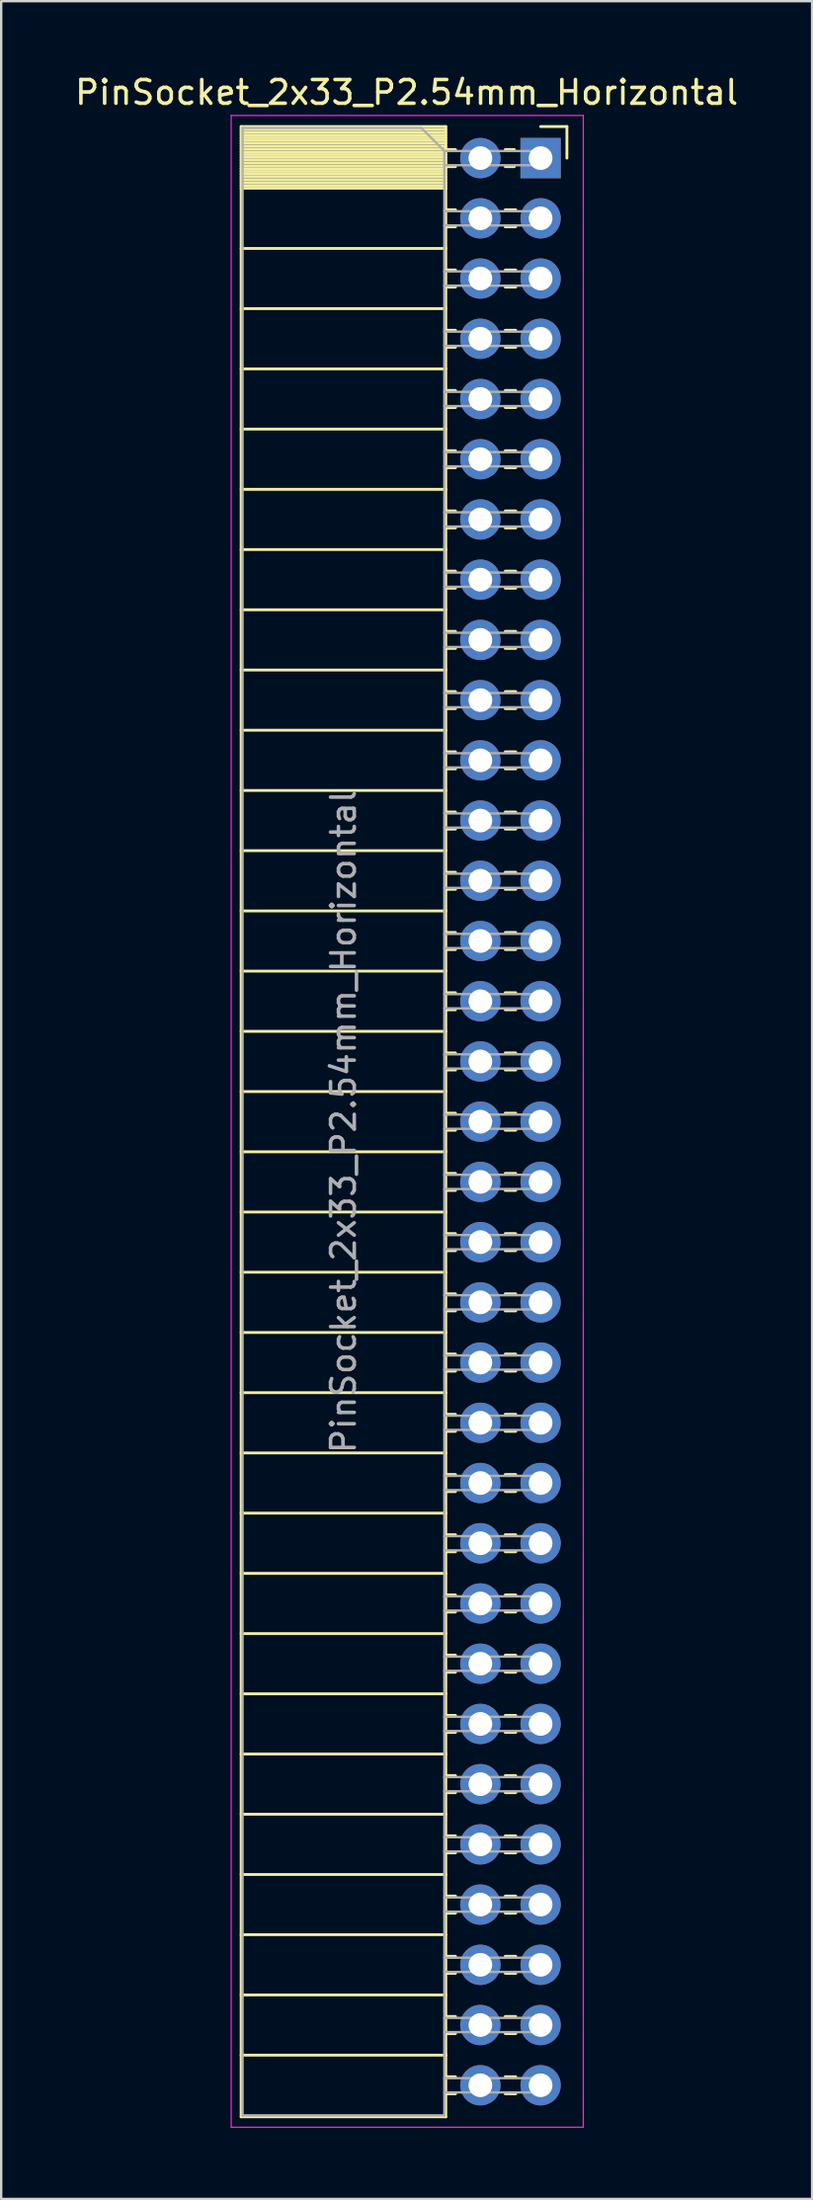
<source format=kicad_pcb>
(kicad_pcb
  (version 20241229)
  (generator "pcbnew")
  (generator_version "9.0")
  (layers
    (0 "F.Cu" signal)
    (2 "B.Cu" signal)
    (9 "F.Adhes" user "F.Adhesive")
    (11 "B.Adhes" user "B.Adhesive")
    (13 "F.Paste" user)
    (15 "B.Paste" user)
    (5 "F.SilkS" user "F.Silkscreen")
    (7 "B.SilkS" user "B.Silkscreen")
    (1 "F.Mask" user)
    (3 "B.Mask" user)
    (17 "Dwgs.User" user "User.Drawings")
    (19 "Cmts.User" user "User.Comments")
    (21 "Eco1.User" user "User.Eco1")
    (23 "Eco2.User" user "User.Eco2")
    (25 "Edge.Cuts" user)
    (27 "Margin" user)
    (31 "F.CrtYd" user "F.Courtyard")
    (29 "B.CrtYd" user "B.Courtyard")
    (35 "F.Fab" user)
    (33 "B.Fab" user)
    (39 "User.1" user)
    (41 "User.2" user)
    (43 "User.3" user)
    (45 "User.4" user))
  (footprint "PinSocket_2x33_P2.54mm_Horizontal"
    (layer "F.Cu")
    (at 19.751 3.618)
    (property "Reference" "PinSocket_2x33_P2.54mm_Horizontal" (at -5.65 -2.77 0) (layer "F.SilkS") (effects (font (size 1 1) (thickness 0.15))))
    (attr through_hole)
    (fp_line (start -12.63 -1.33) (end -12.63 82.61) (stroke (width 0.12) (type solid)) (layer "F.SilkS"))
    (fp_line (start -12.63 -1.33) (end -4 -1.33) (stroke (width 0.12) (type solid)) (layer "F.SilkS"))
    (fp_line (start -12.63 -1.21) (end -4 -1.21) (stroke (width 0.12) (type solid)) (layer "F.SilkS"))
    (fp_line (start -12.63 -1.092) (end -4 -1.092) (stroke (width 0.12) (type solid)) (layer "F.SilkS"))
    (fp_line (start -12.63 -0.974) (end -4 -0.974) (stroke (width 0.12) (type solid)) (layer "F.SilkS"))
    (fp_line (start -12.63 -0.856) (end -4 -0.856) (stroke (width 0.12) (type solid)) (layer "F.SilkS"))
    (fp_line (start -12.63 -0.738) (end -4 -0.738) (stroke (width 0.12) (type solid)) (layer "F.SilkS"))
    (fp_line (start -12.63 -0.62) (end -4 -0.62) (stroke (width 0.12) (type solid)) (layer "F.SilkS"))
    (fp_line (start -12.63 -0.501) (end -4 -0.501) (stroke (width 0.12) (type solid)) (layer "F.SilkS"))
    (fp_line (start -12.63 -0.383) (end -4 -0.383) (stroke (width 0.12) (type solid)) (layer "F.SilkS"))
    (fp_line (start -12.63 -0.265) (end -4 -0.265) (stroke (width 0.12) (type solid)) (layer "F.SilkS"))
    (fp_line (start -12.63 -0.147) (end -4 -0.147) (stroke (width 0.12) (type solid)) (layer "F.SilkS"))
    (fp_line (start -12.63 -0.029) (end -4 -0.029) (stroke (width 0.12) (type solid)) (layer "F.SilkS"))
    (fp_line (start -12.63 0.089) (end -4 0.089) (stroke (width 0.12) (type solid)) (layer "F.SilkS"))
    (fp_line (start -12.63 0.207) (end -4 0.207) (stroke (width 0.12) (type solid)) (layer "F.SilkS"))
    (fp_line (start -12.63 0.325) (end -4 0.325) (stroke (width 0.12) (type solid)) (layer "F.SilkS"))
    (fp_line (start -12.63 0.443) (end -4 0.443) (stroke (width 0.12) (type solid)) (layer "F.SilkS"))
    (fp_line (start -12.63 0.561) (end -4 0.561) (stroke (width 0.12) (type solid)) (layer "F.SilkS"))
    (fp_line (start -12.63 0.68) (end -4 0.68) (stroke (width 0.12) (type solid)) (layer "F.SilkS"))
    (fp_line (start -12.63 0.798) (end -4 0.798) (stroke (width 0.12) (type solid)) (layer "F.SilkS"))
    (fp_line (start -12.63 0.916) (end -4 0.916) (stroke (width 0.12) (type solid)) (layer "F.SilkS"))
    (fp_line (start -12.63 1.034) (end -4 1.034) (stroke (width 0.12) (type solid)) (layer "F.SilkS"))
    (fp_line (start -12.63 1.152) (end -4 1.152) (stroke (width 0.12) (type solid)) (layer "F.SilkS"))
    (fp_line (start -12.63 1.27) (end -4 1.27) (stroke (width 0.12) (type solid)) (layer "F.SilkS"))
    (fp_line (start -12.63 3.81) (end -4 3.81) (stroke (width 0.12) (type solid)) (layer "F.SilkS"))
    (fp_line (start -12.63 6.35) (end -4 6.35) (stroke (width 0.12) (type solid)) (layer "F.SilkS"))
    (fp_line (start -12.63 8.89) (end -4 8.89) (stroke (width 0.12) (type solid)) (layer "F.SilkS"))
    (fp_line (start -12.63 11.43) (end -4 11.43) (stroke (width 0.12) (type solid)) (layer "F.SilkS"))
    (fp_line (start -12.63 13.97) (end -4 13.97) (stroke (width 0.12) (type solid)) (layer "F.SilkS"))
    (fp_line (start -12.63 16.51) (end -4 16.51) (stroke (width 0.12) (type solid)) (layer "F.SilkS"))
    (fp_line (start -12.63 19.05) (end -4 19.05) (stroke (width 0.12) (type solid)) (layer "F.SilkS"))
    (fp_line (start -12.63 21.59) (end -4 21.59) (stroke (width 0.12) (type solid)) (layer "F.SilkS"))
    (fp_line (start -12.63 24.13) (end -4 24.13) (stroke (width 0.12) (type solid)) (layer "F.SilkS"))
    (fp_line (start -12.63 26.67) (end -4 26.67) (stroke (width 0.12) (type solid)) (layer "F.SilkS"))
    (fp_line (start -12.63 29.21) (end -4 29.21) (stroke (width 0.12) (type solid)) (layer "F.SilkS"))
    (fp_line (start -12.63 31.75) (end -4 31.75) (stroke (width 0.12) (type solid)) (layer "F.SilkS"))
    (fp_line (start -12.63 34.29) (end -4 34.29) (stroke (width 0.12) (type solid)) (layer "F.SilkS"))
    (fp_line (start -12.63 36.83) (end -4 36.83) (stroke (width 0.12) (type solid)) (layer "F.SilkS"))
    (fp_line (start -12.63 39.37) (end -4 39.37) (stroke (width 0.12) (type solid)) (layer "F.SilkS"))
    (fp_line (start -12.63 41.91) (end -4 41.91) (stroke (width 0.12) (type solid)) (layer "F.SilkS"))
    (fp_line (start -12.63 44.45) (end -4 44.45) (stroke (width 0.12) (type solid)) (layer "F.SilkS"))
    (fp_line (start -12.63 46.99) (end -4 46.99) (stroke (width 0.12) (type solid)) (layer "F.SilkS"))
    (fp_line (start -12.63 49.53) (end -4 49.53) (stroke (width 0.12) (type solid)) (layer "F.SilkS"))
    (fp_line (start -12.63 52.07) (end -4 52.07) (stroke (width 0.12) (type solid)) (layer "F.SilkS"))
    (fp_line (start -12.63 54.61) (end -4 54.61) (stroke (width 0.12) (type solid)) (layer "F.SilkS"))
    (fp_line (start -12.63 57.15) (end -4 57.15) (stroke (width 0.12) (type solid)) (layer "F.SilkS"))
    (fp_line (start -12.63 59.69) (end -4 59.69) (stroke (width 0.12) (type solid)) (layer "F.SilkS"))
    (fp_line (start -12.63 62.23) (end -4 62.23) (stroke (width 0.12) (type solid)) (layer "F.SilkS"))
    (fp_line (start -12.63 64.77) (end -4 64.77) (stroke (width 0.12) (type solid)) (layer "F.SilkS"))
    (fp_line (start -12.63 67.31) (end -4 67.31) (stroke (width 0.12) (type solid)) (layer "F.SilkS"))
    (fp_line (start -12.63 69.85) (end -4 69.85) (stroke (width 0.12) (type solid)) (layer "F.SilkS"))
    (fp_line (start -12.63 72.39) (end -4 72.39) (stroke (width 0.12) (type solid)) (layer "F.SilkS"))
    (fp_line (start -12.63 74.93) (end -4 74.93) (stroke (width 0.12) (type solid)) (layer "F.SilkS"))
    (fp_line (start -12.63 77.47) (end -4 77.47) (stroke (width 0.12) (type solid)) (layer "F.SilkS"))
    (fp_line (start -12.63 80.01) (end -4 80.01) (stroke (width 0.12) (type solid)) (layer "F.SilkS"))
    (fp_line (start -12.63 82.61) (end -4 82.61) (stroke (width 0.12) (type solid)) (layer "F.SilkS"))
    (fp_line (start -4 -1.33) (end -4 82.61) (stroke (width 0.12) (type solid)) (layer "F.SilkS"))
    (fp_line (start -4 -0.36) (end -3.59 -0.36) (stroke (width 0.12) (type solid)) (layer "F.SilkS"))
    (fp_line (start -4 0.36) (end -3.59 0.36) (stroke (width 0.12) (type solid)) (layer "F.SilkS"))
    (fp_line (start -4 2.18) (end -3.59 2.18) (stroke (width 0.12) (type solid)) (layer "F.SilkS"))
    (fp_line (start -4 2.9) (end -3.59 2.9) (stroke (width 0.12) (type solid)) (layer "F.SilkS"))
    (fp_line (start -4 4.72) (end -3.59 4.72) (stroke (width 0.12) (type solid)) (layer "F.SilkS"))
    (fp_line (start -4 5.44) (end -3.59 5.44) (stroke (width 0.12) (type solid)) (layer "F.SilkS"))
    (fp_line (start -4 7.26) (end -3.59 7.26) (stroke (width 0.12) (type solid)) (layer "F.SilkS"))
    (fp_line (start -4 7.98) (end -3.59 7.98) (stroke (width 0.12) (type solid)) (layer "F.SilkS"))
    (fp_line (start -4 9.8) (end -3.59 9.8) (stroke (width 0.12) (type solid)) (layer "F.SilkS"))
    (fp_line (start -4 10.52) (end -3.59 10.52) (stroke (width 0.12) (type solid)) (layer "F.SilkS"))
    (fp_line (start -4 12.34) (end -3.59 12.34) (stroke (width 0.12) (type solid)) (layer "F.SilkS"))
    (fp_line (start -4 13.06) (end -3.59 13.06) (stroke (width 0.12) (type solid)) (layer "F.SilkS"))
    (fp_line (start -4 14.88) (end -3.59 14.88) (stroke (width 0.12) (type solid)) (layer "F.SilkS"))
    (fp_line (start -4 15.6) (end -3.59 15.6) (stroke (width 0.12) (type solid)) (layer "F.SilkS"))
    (fp_line (start -4 17.42) (end -3.59 17.42) (stroke (width 0.12) (type solid)) (layer "F.SilkS"))
    (fp_line (start -4 18.14) (end -3.59 18.14) (stroke (width 0.12) (type solid)) (layer "F.SilkS"))
    (fp_line (start -4 19.96) (end -3.59 19.96) (stroke (width 0.12) (type solid)) (layer "F.SilkS"))
    (fp_line (start -4 20.68) (end -3.59 20.68) (stroke (width 0.12) (type solid)) (layer "F.SilkS"))
    (fp_line (start -4 22.5) (end -3.59 22.5) (stroke (width 0.12) (type solid)) (layer "F.SilkS"))
    (fp_line (start -4 23.22) (end -3.59 23.22) (stroke (width 0.12) (type solid)) (layer "F.SilkS"))
    (fp_line (start -4 25.04) (end -3.59 25.04) (stroke (width 0.12) (type solid)) (layer "F.SilkS"))
    (fp_line (start -4 25.76) (end -3.59 25.76) (stroke (width 0.12) (type solid)) (layer "F.SilkS"))
    (fp_line (start -4 27.58) (end -3.59 27.58) (stroke (width 0.12) (type solid)) (layer "F.SilkS"))
    (fp_line (start -4 28.3) (end -3.59 28.3) (stroke (width 0.12) (type solid)) (layer "F.SilkS"))
    (fp_line (start -4 30.12) (end -3.59 30.12) (stroke (width 0.12) (type solid)) (layer "F.SilkS"))
    (fp_line (start -4 30.84) (end -3.59 30.84) (stroke (width 0.12) (type solid)) (layer "F.SilkS"))
    (fp_line (start -4 32.66) (end -3.59 32.66) (stroke (width 0.12) (type solid)) (layer "F.SilkS"))
    (fp_line (start -4 33.38) (end -3.59 33.38) (stroke (width 0.12) (type solid)) (layer "F.SilkS"))
    (fp_line (start -4 35.2) (end -3.59 35.2) (stroke (width 0.12) (type solid)) (layer "F.SilkS"))
    (fp_line (start -4 35.92) (end -3.59 35.92) (stroke (width 0.12) (type solid)) (layer "F.SilkS"))
    (fp_line (start -4 37.74) (end -3.59 37.74) (stroke (width 0.12) (type solid)) (layer "F.SilkS"))
    (fp_line (start -4 38.46) (end -3.59 38.46) (stroke (width 0.12) (type solid)) (layer "F.SilkS"))
    (fp_line (start -4 40.28) (end -3.59 40.28) (stroke (width 0.12) (type solid)) (layer "F.SilkS"))
    (fp_line (start -4 41) (end -3.59 41) (stroke (width 0.12) (type solid)) (layer "F.SilkS"))
    (fp_line (start -4 42.82) (end -3.59 42.82) (stroke (width 0.12) (type solid)) (layer "F.SilkS"))
    (fp_line (start -4 43.54) (end -3.59 43.54) (stroke (width 0.12) (type solid)) (layer "F.SilkS"))
    (fp_line (start -4 45.36) (end -3.59 45.36) (stroke (width 0.12) (type solid)) (layer "F.SilkS"))
    (fp_line (start -4 46.08) (end -3.59 46.08) (stroke (width 0.12) (type solid)) (layer "F.SilkS"))
    (fp_line (start -4 47.9) (end -3.59 47.9) (stroke (width 0.12) (type solid)) (layer "F.SilkS"))
    (fp_line (start -4 48.62) (end -3.59 48.62) (stroke (width 0.12) (type solid)) (layer "F.SilkS"))
    (fp_line (start -4 50.44) (end -3.59 50.44) (stroke (width 0.12) (type solid)) (layer "F.SilkS"))
    (fp_line (start -4 51.16) (end -3.59 51.16) (stroke (width 0.12) (type solid)) (layer "F.SilkS"))
    (fp_line (start -4 52.98) (end -3.59 52.98) (stroke (width 0.12) (type solid)) (layer "F.SilkS"))
    (fp_line (start -4 53.7) (end -3.59 53.7) (stroke (width 0.12) (type solid)) (layer "F.SilkS"))
    (fp_line (start -4 55.52) (end -3.59 55.52) (stroke (width 0.12) (type solid)) (layer "F.SilkS"))
    (fp_line (start -4 56.24) (end -3.59 56.24) (stroke (width 0.12) (type solid)) (layer "F.SilkS"))
    (fp_line (start -4 58.06) (end -3.59 58.06) (stroke (width 0.12) (type solid)) (layer "F.SilkS"))
    (fp_line (start -4 58.78) (end -3.59 58.78) (stroke (width 0.12) (type solid)) (layer "F.SilkS"))
    (fp_line (start -4 60.6) (end -3.59 60.6) (stroke (width 0.12) (type solid)) (layer "F.SilkS"))
    (fp_line (start -4 61.32) (end -3.59 61.32) (stroke (width 0.12) (type solid)) (layer "F.SilkS"))
    (fp_line (start -4 63.14) (end -3.59 63.14) (stroke (width 0.12) (type solid)) (layer "F.SilkS"))
    (fp_line (start -4 63.86) (end -3.59 63.86) (stroke (width 0.12) (type solid)) (layer "F.SilkS"))
    (fp_line (start -4 65.68) (end -3.59 65.68) (stroke (width 0.12) (type solid)) (layer "F.SilkS"))
    (fp_line (start -4 66.4) (end -3.59 66.4) (stroke (width 0.12) (type solid)) (layer "F.SilkS"))
    (fp_line (start -4 68.22) (end -3.59 68.22) (stroke (width 0.12) (type solid)) (layer "F.SilkS"))
    (fp_line (start -4 68.94) (end -3.59 68.94) (stroke (width 0.12) (type solid)) (layer "F.SilkS"))
    (fp_line (start -4 70.76) (end -3.59 70.76) (stroke (width 0.12) (type solid)) (layer "F.SilkS"))
    (fp_line (start -4 71.48) (end -3.59 71.48) (stroke (width 0.12) (type solid)) (layer "F.SilkS"))
    (fp_line (start -4 73.3) (end -3.59 73.3) (stroke (width 0.12) (type solid)) (layer "F.SilkS"))
    (fp_line (start -4 74.02) (end -3.59 74.02) (stroke (width 0.12) (type solid)) (layer "F.SilkS"))
    (fp_line (start -4 75.84) (end -3.59 75.84) (stroke (width 0.12) (type solid)) (layer "F.SilkS"))
    (fp_line (start -4 76.56) (end -3.59 76.56) (stroke (width 0.12) (type solid)) (layer "F.SilkS"))
    (fp_line (start -4 78.38) (end -3.59 78.38) (stroke (width 0.12) (type solid)) (layer "F.SilkS"))
    (fp_line (start -4 79.1) (end -3.59 79.1) (stroke (width 0.12) (type solid)) (layer "F.SilkS"))
    (fp_line (start -4 80.92) (end -3.59 80.92) (stroke (width 0.12) (type solid)) (layer "F.SilkS"))
    (fp_line (start -4 81.64) (end -3.59 81.64) (stroke (width 0.12) (type solid)) (layer "F.SilkS"))
    (fp_line (start -1.49 -0.36) (end -1.11 -0.36) (stroke (width 0.12) (type solid)) (layer "F.SilkS"))
    (fp_line (start -1.49 0.36) (end -1.11 0.36) (stroke (width 0.12) (type solid)) (layer "F.SilkS"))
    (fp_line (start -1.49 2.18) (end -1.05 2.18) (stroke (width 0.12) (type solid)) (layer "F.SilkS"))
    (fp_line (start -1.49 2.9) (end -1.05 2.9) (stroke (width 0.12) (type solid)) (layer "F.SilkS"))
    (fp_line (start -1.49 4.72) (end -1.05 4.72) (stroke (width 0.12) (type solid)) (layer "F.SilkS"))
    (fp_line (start -1.49 5.44) (end -1.05 5.44) (stroke (width 0.12) (type solid)) (layer "F.SilkS"))
    (fp_line (start -1.49 7.26) (end -1.05 7.26) (stroke (width 0.12) (type solid)) (layer "F.SilkS"))
    (fp_line (start -1.49 7.98) (end -1.05 7.98) (stroke (width 0.12) (type solid)) (layer "F.SilkS"))
    (fp_line (start -1.49 9.8) (end -1.05 9.8) (stroke (width 0.12) (type solid)) (layer "F.SilkS"))
    (fp_line (start -1.49 10.52) (end -1.05 10.52) (stroke (width 0.12) (type solid)) (layer "F.SilkS"))
    (fp_line (start -1.49 12.34) (end -1.05 12.34) (stroke (width 0.12) (type solid)) (layer "F.SilkS"))
    (fp_line (start -1.49 13.06) (end -1.05 13.06) (stroke (width 0.12) (type solid)) (layer "F.SilkS"))
    (fp_line (start -1.49 14.88) (end -1.05 14.88) (stroke (width 0.12) (type solid)) (layer "F.SilkS"))
    (fp_line (start -1.49 15.6) (end -1.05 15.6) (stroke (width 0.12) (type solid)) (layer "F.SilkS"))
    (fp_line (start -1.49 17.42) (end -1.05 17.42) (stroke (width 0.12) (type solid)) (layer "F.SilkS"))
    (fp_line (start -1.49 18.14) (end -1.05 18.14) (stroke (width 0.12) (type solid)) (layer "F.SilkS"))
    (fp_line (start -1.49 19.96) (end -1.05 19.96) (stroke (width 0.12) (type solid)) (layer "F.SilkS"))
    (fp_line (start -1.49 20.68) (end -1.05 20.68) (stroke (width 0.12) (type solid)) (layer "F.SilkS"))
    (fp_line (start -1.49 22.5) (end -1.05 22.5) (stroke (width 0.12) (type solid)) (layer "F.SilkS"))
    (fp_line (start -1.49 23.22) (end -1.05 23.22) (stroke (width 0.12) (type solid)) (layer "F.SilkS"))
    (fp_line (start -1.49 25.04) (end -1.05 25.04) (stroke (width 0.12) (type solid)) (layer "F.SilkS"))
    (fp_line (start -1.49 25.76) (end -1.05 25.76) (stroke (width 0.12) (type solid)) (layer "F.SilkS"))
    (fp_line (start -1.49 27.58) (end -1.05 27.58) (stroke (width 0.12) (type solid)) (layer "F.SilkS"))
    (fp_line (start -1.49 28.3) (end -1.05 28.3) (stroke (width 0.12) (type solid)) (layer "F.SilkS"))
    (fp_line (start -1.49 30.12) (end -1.05 30.12) (stroke (width 0.12) (type solid)) (layer "F.SilkS"))
    (fp_line (start -1.49 30.84) (end -1.05 30.84) (stroke (width 0.12) (type solid)) (layer "F.SilkS"))
    (fp_line (start -1.49 32.66) (end -1.05 32.66) (stroke (width 0.12) (type solid)) (layer "F.SilkS"))
    (fp_line (start -1.49 33.38) (end -1.05 33.38) (stroke (width 0.12) (type solid)) (layer "F.SilkS"))
    (fp_line (start -1.49 35.2) (end -1.05 35.2) (stroke (width 0.12) (type solid)) (layer "F.SilkS"))
    (fp_line (start -1.49 35.92) (end -1.05 35.92) (stroke (width 0.12) (type solid)) (layer "F.SilkS"))
    (fp_line (start -1.49 37.74) (end -1.05 37.74) (stroke (width 0.12) (type solid)) (layer "F.SilkS"))
    (fp_line (start -1.49 38.46) (end -1.05 38.46) (stroke (width 0.12) (type solid)) (layer "F.SilkS"))
    (fp_line (start -1.49 40.28) (end -1.05 40.28) (stroke (width 0.12) (type solid)) (layer "F.SilkS"))
    (fp_line (start -1.49 41) (end -1.05 41) (stroke (width 0.12) (type solid)) (layer "F.SilkS"))
    (fp_line (start -1.49 42.82) (end -1.05 42.82) (stroke (width 0.12) (type solid)) (layer "F.SilkS"))
    (fp_line (start -1.49 43.54) (end -1.05 43.54) (stroke (width 0.12) (type solid)) (layer "F.SilkS"))
    (fp_line (start -1.49 45.36) (end -1.05 45.36) (stroke (width 0.12) (type solid)) (layer "F.SilkS"))
    (fp_line (start -1.49 46.08) (end -1.05 46.08) (stroke (width 0.12) (type solid)) (layer "F.SilkS"))
    (fp_line (start -1.49 47.9) (end -1.05 47.9) (stroke (width 0.12) (type solid)) (layer "F.SilkS"))
    (fp_line (start -1.49 48.62) (end -1.05 48.62) (stroke (width 0.12) (type solid)) (layer "F.SilkS"))
    (fp_line (start -1.49 50.44) (end -1.05 50.44) (stroke (width 0.12) (type solid)) (layer "F.SilkS"))
    (fp_line (start -1.49 51.16) (end -1.05 51.16) (stroke (width 0.12) (type solid)) (layer "F.SilkS"))
    (fp_line (start -1.49 52.98) (end -1.05 52.98) (stroke (width 0.12) (type solid)) (layer "F.SilkS"))
    (fp_line (start -1.49 53.7) (end -1.05 53.7) (stroke (width 0.12) (type solid)) (layer "F.SilkS"))
    (fp_line (start -1.49 55.52) (end -1.05 55.52) (stroke (width 0.12) (type solid)) (layer "F.SilkS"))
    (fp_line (start -1.49 56.24) (end -1.05 56.24) (stroke (width 0.12) (type solid)) (layer "F.SilkS"))
    (fp_line (start -1.49 58.06) (end -1.05 58.06) (stroke (width 0.12) (type solid)) (layer "F.SilkS"))
    (fp_line (start -1.49 58.78) (end -1.05 58.78) (stroke (width 0.12) (type solid)) (layer "F.SilkS"))
    (fp_line (start -1.49 60.6) (end -1.05 60.6) (stroke (width 0.12) (type solid)) (layer "F.SilkS"))
    (fp_line (start -1.49 61.32) (end -1.05 61.32) (stroke (width 0.12) (type solid)) (layer "F.SilkS"))
    (fp_line (start -1.49 63.14) (end -1.05 63.14) (stroke (width 0.12) (type solid)) (layer "F.SilkS"))
    (fp_line (start -1.49 63.86) (end -1.05 63.86) (stroke (width 0.12) (type solid)) (layer "F.SilkS"))
    (fp_line (start -1.49 65.68) (end -1.05 65.68) (stroke (width 0.12) (type solid)) (layer "F.SilkS"))
    (fp_line (start -1.49 66.4) (end -1.05 66.4) (stroke (width 0.12) (type solid)) (layer "F.SilkS"))
    (fp_line (start -1.49 68.22) (end -1.05 68.22) (stroke (width 0.12) (type solid)) (layer "F.SilkS"))
    (fp_line (start -1.49 68.94) (end -1.05 68.94) (stroke (width 0.12) (type solid)) (layer "F.SilkS"))
    (fp_line (start -1.49 70.76) (end -1.05 70.76) (stroke (width 0.12) (type solid)) (layer "F.SilkS"))
    (fp_line (start -1.49 71.48) (end -1.05 71.48) (stroke (width 0.12) (type solid)) (layer "F.SilkS"))
    (fp_line (start -1.49 73.3) (end -1.05 73.3) (stroke (width 0.12) (type solid)) (layer "F.SilkS"))
    (fp_line (start -1.49 74.02) (end -1.05 74.02) (stroke (width 0.12) (type solid)) (layer "F.SilkS"))
    (fp_line (start -1.49 75.84) (end -1.05 75.84) (stroke (width 0.12) (type solid)) (layer "F.SilkS"))
    (fp_line (start -1.49 76.56) (end -1.05 76.56) (stroke (width 0.12) (type solid)) (layer "F.SilkS"))
    (fp_line (start -1.49 78.38) (end -1.05 78.38) (stroke (width 0.12) (type solid)) (layer "F.SilkS"))
    (fp_line (start -1.49 79.1) (end -1.05 79.1) (stroke (width 0.12) (type solid)) (layer "F.SilkS"))
    (fp_line (start -1.49 80.92) (end -1.05 80.92) (stroke (width 0.12) (type solid)) (layer "F.SilkS"))
    (fp_line (start -1.49 81.64) (end -1.05 81.64) (stroke (width 0.12) (type solid)) (layer "F.SilkS"))
    (fp_line (start 0 -1.33) (end 1.11 -1.33) (stroke (width 0.12) (type solid)) (layer "F.SilkS"))
    (fp_line (start 1.11 -1.33) (end 1.11 0) (stroke (width 0.12) (type solid)) (layer "F.SilkS"))
    (fp_line (start -13.05 -1.8) (end -13.05 83.05) (stroke (width 0.05) (type solid)) (layer "F.CrtYd"))
    (fp_line (start -13.05 83.05) (end 1.8 83.05) (stroke (width 0.05) (type solid)) (layer "F.CrtYd"))
    (fp_line (start 1.8 -1.8) (end -13.05 -1.8) (stroke (width 0.05) (type solid)) (layer "F.CrtYd"))
    (fp_line (start 1.8 83.05) (end 1.8 -1.8) (stroke (width 0.05) (type solid)) (layer "F.CrtYd"))
    (fp_line (start -12.57 -1.27) (end -5.03 -1.27) (stroke (width 0.1) (type solid)) (layer "F.Fab"))
    (fp_line (start -12.57 82.55) (end -12.57 -1.27) (stroke (width 0.1) (type solid)) (layer "F.Fab"))
    (fp_line (start -5.03 -1.27) (end -4.06 -0.3) (stroke (width 0.1) (type solid)) (layer "F.Fab"))
    (fp_line (start -4.06 -0.3) (end -4.06 82.55) (stroke (width 0.1) (type solid)) (layer "F.Fab"))
    (fp_line (start -4.06 0.3) (end 0 0.3) (stroke (width 0.1) (type solid)) (layer "F.Fab"))
    (fp_line (start -4.06 2.84) (end 0 2.84) (stroke (width 0.1) (type solid)) (layer "F.Fab"))
    (fp_line (start -4.06 5.38) (end 0 5.38) (stroke (width 0.1) (type solid)) (layer "F.Fab"))
    (fp_line (start -4.06 7.92) (end 0 7.92) (stroke (width 0.1) (type solid)) (layer "F.Fab"))
    (fp_line (start -4.06 10.46) (end 0 10.46) (stroke (width 0.1) (type solid)) (layer "F.Fab"))
    (fp_line (start -4.06 13) (end 0 13) (stroke (width 0.1) (type solid)) (layer "F.Fab"))
    (fp_line (start -4.06 15.54) (end 0 15.54) (stroke (width 0.1) (type solid)) (layer "F.Fab"))
    (fp_line (start -4.06 18.08) (end 0 18.08) (stroke (width 0.1) (type solid)) (layer "F.Fab"))
    (fp_line (start -4.06 20.62) (end 0 20.62) (stroke (width 0.1) (type solid)) (layer "F.Fab"))
    (fp_line (start -4.06 23.16) (end 0 23.16) (stroke (width 0.1) (type solid)) (layer "F.Fab"))
    (fp_line (start -4.06 25.7) (end 0 25.7) (stroke (width 0.1) (type solid)) (layer "F.Fab"))
    (fp_line (start -4.06 28.24) (end 0 28.24) (stroke (width 0.1) (type solid)) (layer "F.Fab"))
    (fp_line (start -4.06 30.78) (end 0 30.78) (stroke (width 0.1) (type solid)) (layer "F.Fab"))
    (fp_line (start -4.06 33.32) (end 0 33.32) (stroke (width 0.1) (type solid)) (layer "F.Fab"))
    (fp_line (start -4.06 35.86) (end 0 35.86) (stroke (width 0.1) (type solid)) (layer "F.Fab"))
    (fp_line (start -4.06 38.4) (end 0 38.4) (stroke (width 0.1) (type solid)) (layer "F.Fab"))
    (fp_line (start -4.06 40.94) (end 0 40.94) (stroke (width 0.1) (type solid)) (layer "F.Fab"))
    (fp_line (start -4.06 43.48) (end 0 43.48) (stroke (width 0.1) (type solid)) (layer "F.Fab"))
    (fp_line (start -4.06 46.02) (end 0 46.02) (stroke (width 0.1) (type solid)) (layer "F.Fab"))
    (fp_line (start -4.06 48.56) (end 0 48.56) (stroke (width 0.1) (type solid)) (layer "F.Fab"))
    (fp_line (start -4.06 51.1) (end 0 51.1) (stroke (width 0.1) (type solid)) (layer "F.Fab"))
    (fp_line (start -4.06 53.64) (end 0 53.64) (stroke (width 0.1) (type solid)) (layer "F.Fab"))
    (fp_line (start -4.06 56.18) (end 0 56.18) (stroke (width 0.1) (type solid)) (layer "F.Fab"))
    (fp_line (start -4.06 58.72) (end 0 58.72) (stroke (width 0.1) (type solid)) (layer "F.Fab"))
    (fp_line (start -4.06 61.26) (end 0 61.26) (stroke (width 0.1) (type solid)) (layer "F.Fab"))
    (fp_line (start -4.06 63.8) (end 0 63.8) (stroke (width 0.1) (type solid)) (layer "F.Fab"))
    (fp_line (start -4.06 66.34) (end 0 66.34) (stroke (width 0.1) (type solid)) (layer "F.Fab"))
    (fp_line (start -4.06 68.88) (end 0 68.88) (stroke (width 0.1) (type solid)) (layer "F.Fab"))
    (fp_line (start -4.06 71.42) (end 0 71.42) (stroke (width 0.1) (type solid)) (layer "F.Fab"))
    (fp_line (start -4.06 73.96) (end 0 73.96) (stroke (width 0.1) (type solid)) (layer "F.Fab"))
    (fp_line (start -4.06 76.5) (end 0 76.5) (stroke (width 0.1) (type solid)) (layer "F.Fab"))
    (fp_line (start -4.06 79.04) (end 0 79.04) (stroke (width 0.1) (type solid)) (layer "F.Fab"))
    (fp_line (start -4.06 81.58) (end 0 81.58) (stroke (width 0.1) (type solid)) (layer "F.Fab"))
    (fp_line (start -4.06 82.55) (end -12.57 82.55) (stroke (width 0.1) (type solid)) (layer "F.Fab"))
    (fp_line (start 0 -0.3) (end -4.06 -0.3) (stroke (width 0.1) (type solid)) (layer "F.Fab"))
    (fp_line (start 0 0.3) (end 0 -0.3) (stroke (width 0.1) (type solid)) (layer "F.Fab"))
    (fp_line (start 0 2.24) (end -4.06 2.24) (stroke (width 0.1) (type solid)) (layer "F.Fab"))
    (fp_line (start 0 2.84) (end 0 2.24) (stroke (width 0.1) (type solid)) (layer "F.Fab"))
    (fp_line (start 0 4.78) (end -4.06 4.78) (stroke (width 0.1) (type solid)) (layer "F.Fab"))
    (fp_line (start 0 5.38) (end 0 4.78) (stroke (width 0.1) (type solid)) (layer "F.Fab"))
    (fp_line (start 0 7.32) (end -4.06 7.32) (stroke (width 0.1) (type solid)) (layer "F.Fab"))
    (fp_line (start 0 7.92) (end 0 7.32) (stroke (width 0.1) (type solid)) (layer "F.Fab"))
    (fp_line (start 0 9.86) (end -4.06 9.86) (stroke (width 0.1) (type solid)) (layer "F.Fab"))
    (fp_line (start 0 10.46) (end 0 9.86) (stroke (width 0.1) (type solid)) (layer "F.Fab"))
    (fp_line (start 0 12.4) (end -4.06 12.4) (stroke (width 0.1) (type solid)) (layer "F.Fab"))
    (fp_line (start 0 13) (end 0 12.4) (stroke (width 0.1) (type solid)) (layer "F.Fab"))
    (fp_line (start 0 14.94) (end -4.06 14.94) (stroke (width 0.1) (type solid)) (layer "F.Fab"))
    (fp_line (start 0 15.54) (end 0 14.94) (stroke (width 0.1) (type solid)) (layer "F.Fab"))
    (fp_line (start 0 17.48) (end -4.06 17.48) (stroke (width 0.1) (type solid)) (layer "F.Fab"))
    (fp_line (start 0 18.08) (end 0 17.48) (stroke (width 0.1) (type solid)) (layer "F.Fab"))
    (fp_line (start 0 20.02) (end -4.06 20.02) (stroke (width 0.1) (type solid)) (layer "F.Fab"))
    (fp_line (start 0 20.62) (end 0 20.02) (stroke (width 0.1) (type solid)) (layer "F.Fab"))
    (fp_line (start 0 22.56) (end -4.06 22.56) (stroke (width 0.1) (type solid)) (layer "F.Fab"))
    (fp_line (start 0 23.16) (end 0 22.56) (stroke (width 0.1) (type solid)) (layer "F.Fab"))
    (fp_line (start 0 25.1) (end -4.06 25.1) (stroke (width 0.1) (type solid)) (layer "F.Fab"))
    (fp_line (start 0 25.7) (end 0 25.1) (stroke (width 0.1) (type solid)) (layer "F.Fab"))
    (fp_line (start 0 27.64) (end -4.06 27.64) (stroke (width 0.1) (type solid)) (layer "F.Fab"))
    (fp_line (start 0 28.24) (end 0 27.64) (stroke (width 0.1) (type solid)) (layer "F.Fab"))
    (fp_line (start 0 30.18) (end -4.06 30.18) (stroke (width 0.1) (type solid)) (layer "F.Fab"))
    (fp_line (start 0 30.78) (end 0 30.18) (stroke (width 0.1) (type solid)) (layer "F.Fab"))
    (fp_line (start 0 32.72) (end -4.06 32.72) (stroke (width 0.1) (type solid)) (layer "F.Fab"))
    (fp_line (start 0 33.32) (end 0 32.72) (stroke (width 0.1) (type solid)) (layer "F.Fab"))
    (fp_line (start 0 35.26) (end -4.06 35.26) (stroke (width 0.1) (type solid)) (layer "F.Fab"))
    (fp_line (start 0 35.86) (end 0 35.26) (stroke (width 0.1) (type solid)) (layer "F.Fab"))
    (fp_line (start 0 37.8) (end -4.06 37.8) (stroke (width 0.1) (type solid)) (layer "F.Fab"))
    (fp_line (start 0 38.4) (end 0 37.8) (stroke (width 0.1) (type solid)) (layer "F.Fab"))
    (fp_line (start 0 40.34) (end -4.06 40.34) (stroke (width 0.1) (type solid)) (layer "F.Fab"))
    (fp_line (start 0 40.94) (end 0 40.34) (stroke (width 0.1) (type solid)) (layer "F.Fab"))
    (fp_line (start 0 42.88) (end -4.06 42.88) (stroke (width 0.1) (type solid)) (layer "F.Fab"))
    (fp_line (start 0 43.48) (end 0 42.88) (stroke (width 0.1) (type solid)) (layer "F.Fab"))
    (fp_line (start 0 45.42) (end -4.06 45.42) (stroke (width 0.1) (type solid)) (layer "F.Fab"))
    (fp_line (start 0 46.02) (end 0 45.42) (stroke (width 0.1) (type solid)) (layer "F.Fab"))
    (fp_line (start 0 47.96) (end -4.06 47.96) (stroke (width 0.1) (type solid)) (layer "F.Fab"))
    (fp_line (start 0 48.56) (end 0 47.96) (stroke (width 0.1) (type solid)) (layer "F.Fab"))
    (fp_line (start 0 50.5) (end -4.06 50.5) (stroke (width 0.1) (type solid)) (layer "F.Fab"))
    (fp_line (start 0 51.1) (end 0 50.5) (stroke (width 0.1) (type solid)) (layer "F.Fab"))
    (fp_line (start 0 53.04) (end -4.06 53.04) (stroke (width 0.1) (type solid)) (layer "F.Fab"))
    (fp_line (start 0 53.64) (end 0 53.04) (stroke (width 0.1) (type solid)) (layer "F.Fab"))
    (fp_line (start 0 55.58) (end -4.06 55.58) (stroke (width 0.1) (type solid)) (layer "F.Fab"))
    (fp_line (start 0 56.18) (end 0 55.58) (stroke (width 0.1) (type solid)) (layer "F.Fab"))
    (fp_line (start 0 58.12) (end -4.06 58.12) (stroke (width 0.1) (type solid)) (layer "F.Fab"))
    (fp_line (start 0 58.72) (end 0 58.12) (stroke (width 0.1) (type solid)) (layer "F.Fab"))
    (fp_line (start 0 60.66) (end -4.06 60.66) (stroke (width 0.1) (type solid)) (layer "F.Fab"))
    (fp_line (start 0 61.26) (end 0 60.66) (stroke (width 0.1) (type solid)) (layer "F.Fab"))
    (fp_line (start 0 63.2) (end -4.06 63.2) (stroke (width 0.1) (type solid)) (layer "F.Fab"))
    (fp_line (start 0 63.8) (end 0 63.2) (stroke (width 0.1) (type solid)) (layer "F.Fab"))
    (fp_line (start 0 65.74) (end -4.06 65.74) (stroke (width 0.1) (type solid)) (layer "F.Fab"))
    (fp_line (start 0 66.34) (end 0 65.74) (stroke (width 0.1) (type solid)) (layer "F.Fab"))
    (fp_line (start 0 68.28) (end -4.06 68.28) (stroke (width 0.1) (type solid)) (layer "F.Fab"))
    (fp_line (start 0 68.88) (end 0 68.28) (stroke (width 0.1) (type solid)) (layer "F.Fab"))
    (fp_line (start 0 70.82) (end -4.06 70.82) (stroke (width 0.1) (type solid)) (layer "F.Fab"))
    (fp_line (start 0 71.42) (end 0 70.82) (stroke (width 0.1) (type solid)) (layer "F.Fab"))
    (fp_line (start 0 73.36) (end -4.06 73.36) (stroke (width 0.1) (type solid)) (layer "F.Fab"))
    (fp_line (start 0 73.96) (end 0 73.36) (stroke (width 0.1) (type solid)) (layer "F.Fab"))
    (fp_line (start 0 75.9) (end -4.06 75.9) (stroke (width 0.1) (type solid)) (layer "F.Fab"))
    (fp_line (start 0 76.5) (end 0 75.9) (stroke (width 0.1) (type solid)) (layer "F.Fab"))
    (fp_line (start 0 78.44) (end -4.06 78.44) (stroke (width 0.1) (type solid)) (layer "F.Fab"))
    (fp_line (start 0 79.04) (end 0 78.44) (stroke (width 0.1) (type solid)) (layer "F.Fab"))
    (fp_line (start 0 80.98) (end -4.06 80.98) (stroke (width 0.1) (type solid)) (layer "F.Fab"))
    (fp_line (start 0 81.58) (end 0 80.98) (stroke (width 0.1) (type solid)) (layer "F.Fab"))
    (fp_text user "${REFERENCE}" (at -8.315 40.64 90) (layer "F.Fab") (effects (font (size 1 1) (thickness 0.15))))
    (pad "1" thru_hole rect (at 0 0) (size 1.7 1.7) (drill 1) (layers "*.Cu" "*.Mask"))
    (pad "2" thru_hole oval (at -2.54 0) (size 1.7 1.7) (drill 1) (layers "*.Cu" "*.Mask"))
    (pad "3" thru_hole oval (at 0 2.54) (size 1.7 1.7) (drill 1) (layers "*.Cu" "*.Mask"))
    (pad "4" thru_hole oval (at -2.54 2.54) (size 1.7 1.7) (drill 1) (layers "*.Cu" "*.Mask"))
    (pad "5" thru_hole oval (at 0 5.08) (size 1.7 1.7) (drill 1) (layers "*.Cu" "*.Mask"))
    (pad "6" thru_hole oval (at -2.54 5.08) (size 1.7 1.7) (drill 1) (layers "*.Cu" "*.Mask"))
    (pad "7" thru_hole oval (at 0 7.62) (size 1.7 1.7) (drill 1) (layers "*.Cu" "*.Mask"))
    (pad "8" thru_hole oval (at -2.54 7.62) (size 1.7 1.7) (drill 1) (layers "*.Cu" "*.Mask"))
    (pad "9" thru_hole oval (at 0 10.16) (size 1.7 1.7) (drill 1) (layers "*.Cu" "*.Mask"))
    (pad "10" thru_hole oval (at -2.54 10.16) (size 1.7 1.7) (drill 1) (layers "*.Cu" "*.Mask"))
    (pad "11" thru_hole oval (at 0 12.7) (size 1.7 1.7) (drill 1) (layers "*.Cu" "*.Mask"))
    (pad "12" thru_hole oval (at -2.54 12.7) (size 1.7 1.7) (drill 1) (layers "*.Cu" "*.Mask"))
    (pad "13" thru_hole oval (at 0 15.24) (size 1.7 1.7) (drill 1) (layers "*.Cu" "*.Mask"))
    (pad "14" thru_hole oval (at -2.54 15.24) (size 1.7 1.7) (drill 1) (layers "*.Cu" "*.Mask"))
    (pad "15" thru_hole oval (at 0 17.78) (size 1.7 1.7) (drill 1) (layers "*.Cu" "*.Mask"))
    (pad "16" thru_hole oval (at -2.54 17.78) (size 1.7 1.7) (drill 1) (layers "*.Cu" "*.Mask"))
    (pad "17" thru_hole oval (at 0 20.32) (size 1.7 1.7) (drill 1) (layers "*.Cu" "*.Mask"))
    (pad "18" thru_hole oval (at -2.54 20.32) (size 1.7 1.7) (drill 1) (layers "*.Cu" "*.Mask"))
    (pad "19" thru_hole oval (at 0 22.86) (size 1.7 1.7) (drill 1) (layers "*.Cu" "*.Mask"))
    (pad "20" thru_hole oval (at -2.54 22.86) (size 1.7 1.7) (drill 1) (layers "*.Cu" "*.Mask"))
    (pad "21" thru_hole oval (at 0 25.4) (size 1.7 1.7) (drill 1) (layers "*.Cu" "*.Mask"))
    (pad "22" thru_hole oval (at -2.54 25.4) (size 1.7 1.7) (drill 1) (layers "*.Cu" "*.Mask"))
    (pad "23" thru_hole oval (at 0 27.94) (size 1.7 1.7) (drill 1) (layers "*.Cu" "*.Mask"))
    (pad "24" thru_hole oval (at -2.54 27.94) (size 1.7 1.7) (drill 1) (layers "*.Cu" "*.Mask"))
    (pad "25" thru_hole oval (at 0 30.48) (size 1.7 1.7) (drill 1) (layers "*.Cu" "*.Mask"))
    (pad "26" thru_hole oval (at -2.54 30.48) (size 1.7 1.7) (drill 1) (layers "*.Cu" "*.Mask"))
    (pad "27" thru_hole oval (at 0 33.02) (size 1.7 1.7) (drill 1) (layers "*.Cu" "*.Mask"))
    (pad "28" thru_hole oval (at -2.54 33.02) (size 1.7 1.7) (drill 1) (layers "*.Cu" "*.Mask"))
    (pad "29" thru_hole oval (at 0 35.56) (size 1.7 1.7) (drill 1) (layers "*.Cu" "*.Mask"))
    (pad "30" thru_hole oval (at -2.54 35.56) (size 1.7 1.7) (drill 1) (layers "*.Cu" "*.Mask"))
    (pad "31" thru_hole oval (at 0 38.1) (size 1.7 1.7) (drill 1) (layers "*.Cu" "*.Mask"))
    (pad "32" thru_hole oval (at -2.54 38.1) (size 1.7 1.7) (drill 1) (layers "*.Cu" "*.Mask"))
    (pad "33" thru_hole oval (at 0 40.64) (size 1.7 1.7) (drill 1) (layers "*.Cu" "*.Mask"))
    (pad "34" thru_hole oval (at -2.54 40.64) (size 1.7 1.7) (drill 1) (layers "*.Cu" "*.Mask"))
    (pad "35" thru_hole oval (at 0 43.18) (size 1.7 1.7) (drill 1) (layers "*.Cu" "*.Mask"))
    (pad "36" thru_hole oval (at -2.54 43.18) (size 1.7 1.7) (drill 1) (layers "*.Cu" "*.Mask"))
    (pad "37" thru_hole oval (at 0 45.72) (size 1.7 1.7) (drill 1) (layers "*.Cu" "*.Mask"))
    (pad "38" thru_hole oval (at -2.54 45.72) (size 1.7 1.7) (drill 1) (layers "*.Cu" "*.Mask"))
    (pad "39" thru_hole oval (at 0 48.26) (size 1.7 1.7) (drill 1) (layers "*.Cu" "*.Mask"))
    (pad "40" thru_hole oval (at -2.54 48.26) (size 1.7 1.7) (drill 1) (layers "*.Cu" "*.Mask"))
    (pad "41" thru_hole oval (at 0 50.8) (size 1.7 1.7) (drill 1) (layers "*.Cu" "*.Mask"))
    (pad "42" thru_hole oval (at -2.54 50.8) (size 1.7 1.7) (drill 1) (layers "*.Cu" "*.Mask"))
    (pad "43" thru_hole oval (at 0 53.34) (size 1.7 1.7) (drill 1) (layers "*.Cu" "*.Mask"))
    (pad "44" thru_hole oval (at -2.54 53.34) (size 1.7 1.7) (drill 1) (layers "*.Cu" "*.Mask"))
    (pad "45" thru_hole oval (at 0 55.88) (size 1.7 1.7) (drill 1) (layers "*.Cu" "*.Mask"))
    (pad "46" thru_hole oval (at -2.54 55.88) (size 1.7 1.7) (drill 1) (layers "*.Cu" "*.Mask"))
    (pad "47" thru_hole oval (at 0 58.42) (size 1.7 1.7) (drill 1) (layers "*.Cu" "*.Mask"))
    (pad "48" thru_hole oval (at -2.54 58.42) (size 1.7 1.7) (drill 1) (layers "*.Cu" "*.Mask"))
    (pad "49" thru_hole oval (at 0 60.96) (size 1.7 1.7) (drill 1) (layers "*.Cu" "*.Mask"))
    (pad "50" thru_hole oval (at -2.54 60.96) (size 1.7 1.7) (drill 1) (layers "*.Cu" "*.Mask"))
    (pad "51" thru_hole oval (at 0 63.5) (size 1.7 1.7) (drill 1) (layers "*.Cu" "*.Mask"))
    (pad "52" thru_hole oval (at -2.54 63.5) (size 1.7 1.7) (drill 1) (layers "*.Cu" "*.Mask"))
    (pad "53" thru_hole oval (at 0 66.04) (size 1.7 1.7) (drill 1) (layers "*.Cu" "*.Mask"))
    (pad "54" thru_hole oval (at -2.54 66.04) (size 1.7 1.7) (drill 1) (layers "*.Cu" "*.Mask"))
    (pad "55" thru_hole oval (at 0 68.58) (size 1.7 1.7) (drill 1) (layers "*.Cu" "*.Mask"))
    (pad "56" thru_hole oval (at -2.54 68.58) (size 1.7 1.7) (drill 1) (layers "*.Cu" "*.Mask"))
    (pad "57" thru_hole oval (at 0 71.12) (size 1.7 1.7) (drill 1) (layers "*.Cu" "*.Mask"))
    (pad "58" thru_hole oval (at -2.54 71.12) (size 1.7 1.7) (drill 1) (layers "*.Cu" "*.Mask"))
    (pad "59" thru_hole oval (at 0 73.66) (size 1.7 1.7) (drill 1) (layers "*.Cu" "*.Mask"))
    (pad "60" thru_hole oval (at -2.54 73.66) (size 1.7 1.7) (drill 1) (layers "*.Cu" "*.Mask"))
    (pad "61" thru_hole oval (at 0 76.2) (size 1.7 1.7) (drill 1) (layers "*.Cu" "*.Mask"))
    (pad "62" thru_hole oval (at -2.54 76.2) (size 1.7 1.7) (drill 1) (layers "*.Cu" "*.Mask"))
    (pad "63" thru_hole oval (at 0 78.74) (size 1.7 1.7) (drill 1) (layers "*.Cu" "*.Mask"))
    (pad "64" thru_hole oval (at -2.54 78.74) (size 1.7 1.7) (drill 1) (layers "*.Cu" "*.Mask"))
    (pad "65" thru_hole oval (at 0 81.28) (size 1.7 1.7) (drill 1) (layers "*.Cu" "*.Mask"))
    (pad "66" thru_hole oval (at -2.54 81.28) (size 1.7 1.7) (drill 1) (layers "*.Cu" "*.Mask")))
  (gr_rect
    (start -3 -3)
    (end 31.202 89.693)
    (stroke (width 0.1) (type default))
    (fill no)
    (layer "Edge.Cuts")))
</source>
